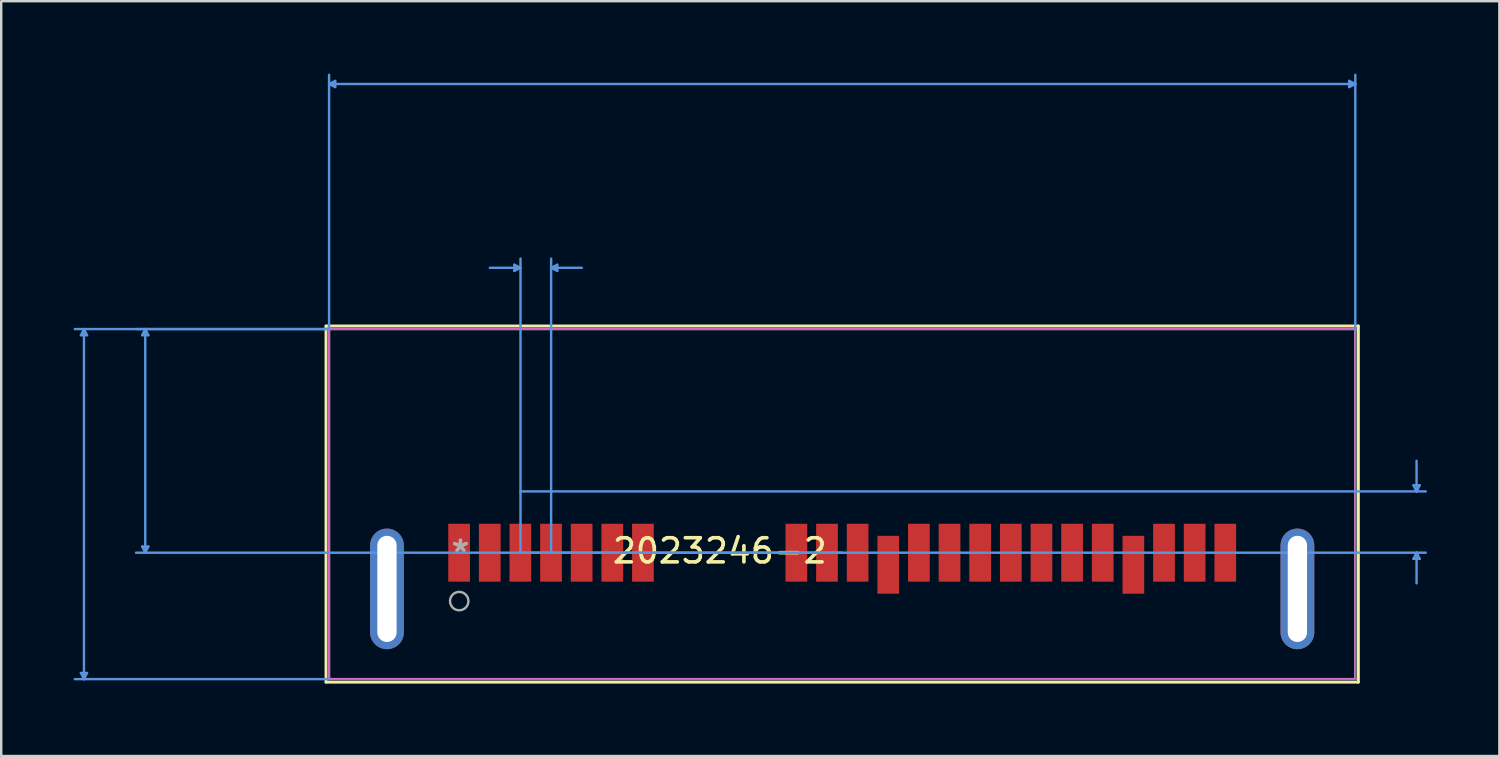
<source format=kicad_pcb>
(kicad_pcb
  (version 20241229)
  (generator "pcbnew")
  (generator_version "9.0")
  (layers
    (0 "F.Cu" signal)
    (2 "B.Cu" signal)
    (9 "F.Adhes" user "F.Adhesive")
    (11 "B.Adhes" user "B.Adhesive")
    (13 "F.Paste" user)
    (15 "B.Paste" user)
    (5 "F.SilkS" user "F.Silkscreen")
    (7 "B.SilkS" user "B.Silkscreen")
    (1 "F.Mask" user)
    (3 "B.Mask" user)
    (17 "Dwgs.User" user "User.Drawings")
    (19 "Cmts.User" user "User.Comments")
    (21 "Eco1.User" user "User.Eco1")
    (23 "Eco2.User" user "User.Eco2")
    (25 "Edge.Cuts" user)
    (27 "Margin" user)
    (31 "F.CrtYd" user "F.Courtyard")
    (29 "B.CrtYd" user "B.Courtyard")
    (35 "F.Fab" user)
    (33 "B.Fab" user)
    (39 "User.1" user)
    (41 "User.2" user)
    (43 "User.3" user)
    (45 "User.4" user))
  (footprint "2023246-2"
    (layer "F.Cu")
    (at 16.037 19.886)
    (property "Reference" "2023246-2" (at 10.75 -0.1 0) (layer "F.SilkS") (effects (font (size 1 1) (thickness 0.15))))
    (attr through_hole)
    (fp_line (start -5.573 -9.422) (end -5.573 5.342) (stroke (width 0.12) (type solid)) (layer "F.SilkS"))
    (fp_line (start -5.573 5.342) (end 37.221 5.342) (stroke (width 0.12) (type solid)) (layer "F.SilkS"))
    (fp_line (start 37.221 -9.422) (end -5.573 -9.422) (stroke (width 0.12) (type solid)) (layer "F.SilkS"))
    (fp_line (start 37.221 5.342) (end 37.221 -9.422) (stroke (width 0.12) (type solid)) (layer "F.SilkS"))
    (fp_line (start -15.733 -9.041) (end -15.479 -9.041) (stroke (width 0.1) (type solid)) (layer "Cmts.User"))
    (fp_line (start -15.733 4.961) (end -15.479 4.961) (stroke (width 0.1) (type solid)) (layer "Cmts.User"))
    (fp_line (start -15.606 -9.295) (end -15.733 -9.041) (stroke (width 0.1) (type solid)) (layer "Cmts.User"))
    (fp_line (start -15.606 -9.295) (end -15.606 5.215) (stroke (width 0.1) (type solid)) (layer "Cmts.User"))
    (fp_line (start -15.606 -9.295) (end -15.479 -9.041) (stroke (width 0.1) (type solid)) (layer "Cmts.User"))
    (fp_line (start -15.606 5.215) (end -15.733 4.961) (stroke (width 0.1) (type solid)) (layer "Cmts.User"))
    (fp_line (start -15.606 5.215) (end -15.479 4.961) (stroke (width 0.1) (type solid)) (layer "Cmts.User"))
    (fp_line (start -13.193 -9.041) (end -12.939 -9.041) (stroke (width 0.1) (type solid)) (layer "Cmts.User"))
    (fp_line (start -13.193 -0.279) (end -12.939 -0.279) (stroke (width 0.1) (type solid)) (layer "Cmts.User"))
    (fp_line (start -13.066 -9.295) (end -13.193 -9.041) (stroke (width 0.1) (type solid)) (layer "Cmts.User"))
    (fp_line (start -13.066 -9.295) (end -13.066 -0.025) (stroke (width 0.1) (type solid)) (layer "Cmts.User"))
    (fp_line (start -13.066 -9.295) (end -12.939 -9.041) (stroke (width 0.1) (type solid)) (layer "Cmts.User"))
    (fp_line (start -13.066 -0.025) (end -13.193 -0.279) (stroke (width 0.1) (type solid)) (layer "Cmts.User"))
    (fp_line (start -13.066 -0.025) (end -12.939 -0.279) (stroke (width 0.1) (type solid)) (layer "Cmts.User"))
    (fp_line (start -5.446 -19.455) (end -5.192 -19.582) (stroke (width 0.1) (type solid)) (layer "Cmts.User"))
    (fp_line (start -5.446 -19.455) (end -5.192 -19.328) (stroke (width 0.1) (type solid)) (layer "Cmts.User"))
    (fp_line (start -5.446 -19.455) (end 37.094 -19.455) (stroke (width 0.1) (type solid)) (layer "Cmts.User"))
    (fp_line (start -5.446 -9.295) (end -15.987 -9.295) (stroke (width 0.1) (type solid)) (layer "Cmts.User"))
    (fp_line (start -5.446 -9.295) (end -13.447 -9.295) (stroke (width 0.1) (type solid)) (layer "Cmts.User"))
    (fp_line (start -5.446 -9.295) (end -5.446 -19.836) (stroke (width 0.1) (type solid)) (layer "Cmts.User"))
    (fp_line (start -5.446 5.215) (end -15.987 5.215) (stroke (width 0.1) (type solid)) (layer "Cmts.User"))
    (fp_line (start -5.192 -19.582) (end -5.192 -19.328) (stroke (width 0.1) (type solid)) (layer "Cmts.User"))
    (fp_line (start 2.235 -11.962) (end 2.235 -11.708) (stroke (width 0.1) (type solid)) (layer "Cmts.User"))
    (fp_line (start 2.489 -11.835) (end 1.219 -11.835) (stroke (width 0.1) (type solid)) (layer "Cmts.User"))
    (fp_line (start 2.489 -11.835) (end 2.235 -11.962) (stroke (width 0.1) (type solid)) (layer "Cmts.User"))
    (fp_line (start 2.489 -11.835) (end 2.235 -11.708) (stroke (width 0.1) (type solid)) (layer "Cmts.User"))
    (fp_line (start 2.489 -2.565) (end 40.015 -2.565) (stroke (width 0.1) (type solid)) (layer "Cmts.User"))
    (fp_line (start 2.489 -0.025) (end 2.489 -12.216) (stroke (width 0.1) (type solid)) (layer "Cmts.User"))
    (fp_line (start 2.489 -0.025) (end 40.015 -0.025) (stroke (width 0.1) (type solid)) (layer "Cmts.User"))
    (fp_line (start 3.759 -11.835) (end 4.013 -11.962) (stroke (width 0.1) (type solid)) (layer "Cmts.User"))
    (fp_line (start 3.759 -11.835) (end 4.013 -11.708) (stroke (width 0.1) (type solid)) (layer "Cmts.User"))
    (fp_line (start 3.759 -11.835) (end 5.029 -11.835) (stroke (width 0.1) (type solid)) (layer "Cmts.User"))
    (fp_line (start 3.759 -0.025) (end 3.759 -12.216) (stroke (width 0.1) (type solid)) (layer "Cmts.User"))
    (fp_line (start 4.013 -11.962) (end 4.013 -11.708) (stroke (width 0.1) (type solid)) (layer "Cmts.User"))
    (fp_line (start 15.824 -0.025) (end -13.447 -0.025) (stroke (width 0.1) (type solid)) (layer "Cmts.User"))
    (fp_line (start 36.84 -19.582) (end 36.84 -19.328) (stroke (width 0.1) (type solid)) (layer "Cmts.User"))
    (fp_line (start 37.094 -19.455) (end 36.84 -19.582) (stroke (width 0.1) (type solid)) (layer "Cmts.User"))
    (fp_line (start 37.094 -19.455) (end 36.84 -19.328) (stroke (width 0.1) (type solid)) (layer "Cmts.User"))
    (fp_line (start 37.094 -9.295) (end 37.094 -19.836) (stroke (width 0.1) (type solid)) (layer "Cmts.User"))
    (fp_line (start 39.507 -2.819) (end 39.761 -2.819) (stroke (width 0.1) (type solid)) (layer "Cmts.User"))
    (fp_line (start 39.507 0.229) (end 39.761 0.229) (stroke (width 0.1) (type solid)) (layer "Cmts.User"))
    (fp_line (start 39.634 -2.565) (end 39.507 -2.819) (stroke (width 0.1) (type solid)) (layer "Cmts.User"))
    (fp_line (start 39.634 -2.565) (end 39.634 -3.835) (stroke (width 0.1) (type solid)) (layer "Cmts.User"))
    (fp_line (start 39.634 -2.565) (end 39.761 -2.819) (stroke (width 0.1) (type solid)) (layer "Cmts.User"))
    (fp_line (start 39.634 -0.025) (end 39.507 0.229) (stroke (width 0.1) (type solid)) (layer "Cmts.User"))
    (fp_line (start 39.634 -0.025) (end 39.634 1.245) (stroke (width 0.1) (type solid)) (layer "Cmts.User"))
    (fp_line (start 39.634 -0.025) (end 39.761 0.229) (stroke (width 0.1) (type solid)) (layer "Cmts.User"))
    (fp_line (start -5.446 -9.295) (end -5.446 5.215) (stroke (width 0.05) (type solid)) (layer "F.CrtYd"))
    (fp_line (start -5.446 5.215) (end 37.094 5.215) (stroke (width 0.05) (type solid)) (layer "F.CrtYd"))
    (fp_line (start 37.094 -9.295) (end -5.446 -9.295) (stroke (width 0.05) (type solid)) (layer "F.CrtYd"))
    (fp_line (start 37.094 5.215) (end 37.094 -9.295) (stroke (width 0.05) (type solid)) (layer "F.CrtYd"))
    (fp_line (start -5.446 -9.295) (end -5.446 5.215) (stroke (width 0.1) (type solid)) (layer "F.Fab"))
    (fp_line (start -5.446 5.215) (end 37.094 5.215) (stroke (width 0.1) (type solid)) (layer "F.Fab"))
    (fp_line (start 37.094 -9.295) (end -5.446 -9.295) (stroke (width 0.1) (type solid)) (layer "F.Fab"))
    (fp_line (start 37.094 5.215) (end 37.094 -9.295) (stroke (width 0.1) (type solid)) (layer "F.Fab"))
    (fp_circle (center -0.051 1.981) (end 0.33 1.981) (stroke (width 0.1) (type solid)) (fill no) (layer "F.Fab"))
    (fp_text user "Copyright 2021 Accelerated Designs. All rights reserved." (at 0 0 0) (layer "Cmts.User") (effects (font (size 0.127 0.127) (thickness 0.002))))
    (fp_text user "*" (at 0 0 0) (layer "F.Fab") (effects (font (size 1 1) (thickness 0.15))))
    (pad "23" thru_hole oval (at -3.046 1.475 90) (size 5 1.4) (drill oval 4.4 0.8) (layers "*.Cu" "*.Mask"))
    (pad "24" thru_hole oval (at 34.694 1.475 90) (size 5 1.4) (drill oval 4.4 0.8) (layers "*.Cu" "*.Mask"))
    (pad "P1" smd rect (at 13.924 -0.025) (size 0.9 2.4) (layers "F.Cu" "F.Mask" "F.Paste"))
    (pad "P2" smd rect (at 15.194 -0.025) (size 0.9 2.4) (layers "F.Cu" "F.Mask" "F.Paste"))
    (pad "P3" smd rect (at 16.464 -0.025) (size 0.9 2.4) (layers "F.Cu" "F.Mask" "F.Paste"))
    (pad "P4" smd rect (at 17.734 0.475) (size 0.9 2.4) (layers "F.Cu" "F.Mask" "F.Paste"))
    (pad "P5" smd rect (at 19.004 -0.025) (size 0.9 2.4) (layers "F.Cu" "F.Mask" "F.Paste"))
    (pad "P6" smd rect (at 20.274 -0.025) (size 0.9 2.4) (layers "F.Cu" "F.Mask" "F.Paste"))
    (pad "P7" smd rect (at 21.544 -0.025) (size 0.9 2.4) (layers "F.Cu" "F.Mask" "F.Paste"))
    (pad "P8" smd rect (at 22.814 -0.025) (size 0.9 2.4) (layers "F.Cu" "F.Mask" "F.Paste"))
    (pad "P9" smd rect (at 24.084 -0.025) (size 0.9 2.4) (layers "F.Cu" "F.Mask" "F.Paste"))
    (pad "P10" smd rect (at 25.354 -0.025) (size 0.9 2.4) (layers "F.Cu" "F.Mask" "F.Paste"))
    (pad "P11" smd rect (at 26.624 -0.025) (size 0.9 2.4) (layers "F.Cu" "F.Mask" "F.Paste"))
    (pad "P12" smd rect (at 27.894 0.475) (size 0.9 2.4) (layers "F.Cu" "F.Mask" "F.Paste"))
    (pad "P13" smd rect (at 29.164 -0.025) (size 0.9 2.4) (layers "F.Cu" "F.Mask" "F.Paste"))
    (pad "P14" smd rect (at 30.434 -0.025) (size 0.9 2.4) (layers "F.Cu" "F.Mask" "F.Paste"))
    (pad "P15" smd rect (at 31.704 -0.025) (size 0.9 2.4) (layers "F.Cu" "F.Mask" "F.Paste"))
    (pad "S1" smd rect (at -0.056 -0.025) (size 0.9 2.4) (layers "F.Cu" "F.Mask" "F.Paste"))
    (pad "S2" smd rect (at 1.214 -0.025) (size 0.9 2.4) (layers "F.Cu" "F.Mask" "F.Paste"))
    (pad "S3" smd rect (at 2.484 -0.025) (size 0.9 2.4) (layers "F.Cu" "F.Mask" "F.Paste"))
    (pad "S4" smd rect (at 3.754 -0.025) (size 0.9 2.4) (layers "F.Cu" "F.Mask" "F.Paste"))
    (pad "S5" smd rect (at 5.024 -0.025) (size 0.9 2.4) (layers "F.Cu" "F.Mask" "F.Paste"))
    (pad "S6" smd rect (at 6.294 -0.025) (size 0.9 2.4) (layers "F.Cu" "F.Mask" "F.Paste"))
    (pad "S7" smd rect (at 7.564 -0.025) (size 0.9 2.4) (layers "F.Cu" "F.Mask" "F.Paste")))
  (gr_rect
    (start -3 -3)
    (end 59.102 28.288)
    (stroke (width 0.1) (type default))
    (fill no)
    (layer "Edge.Cuts")))
</source>
